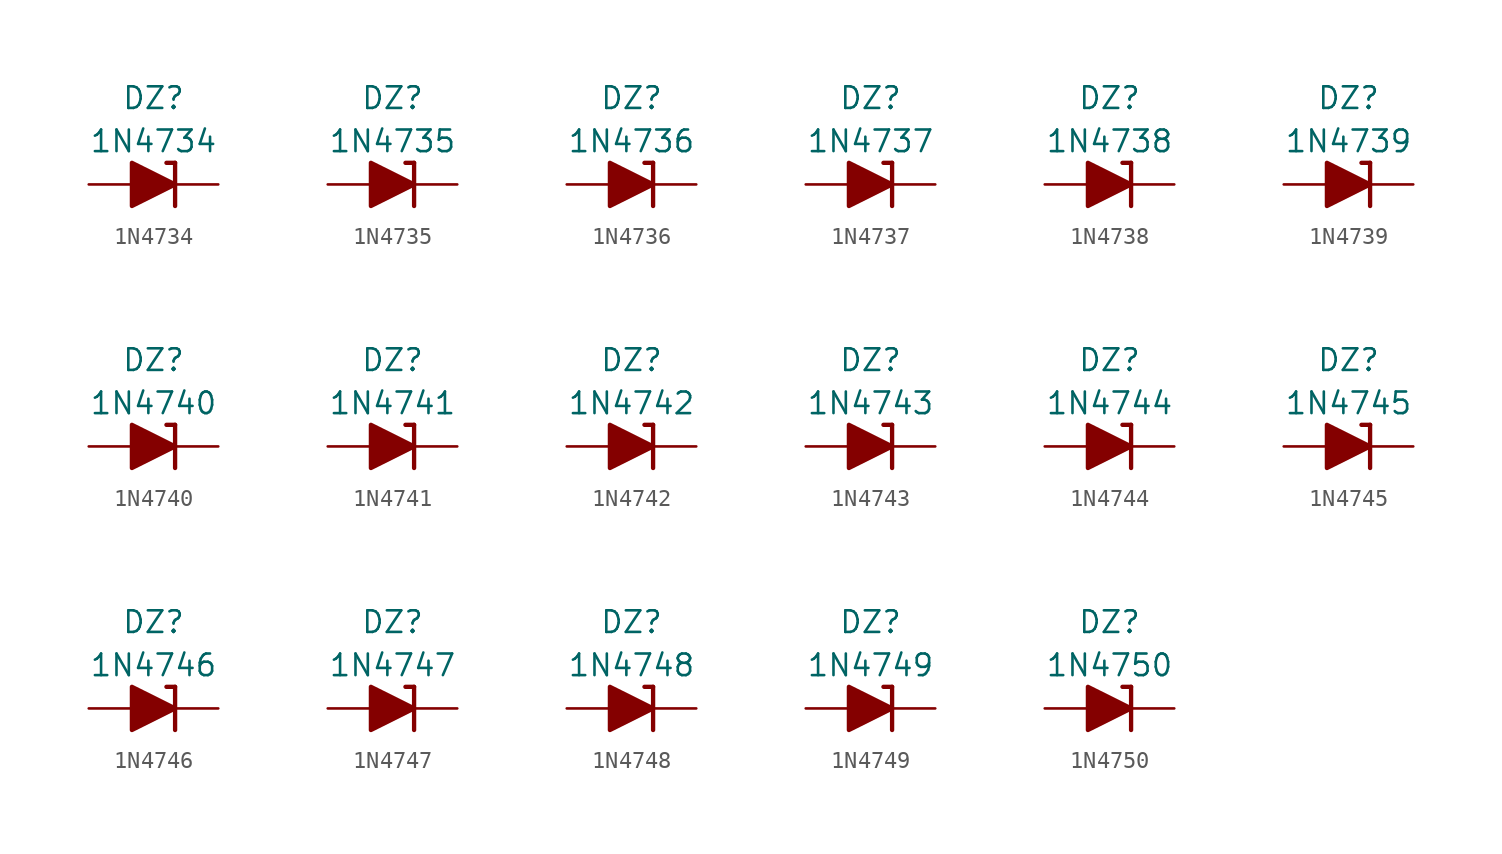
<source format=kicad_sym>
(kicad_symbol_lib
  (version 20211014)
  (generator kicad_symbol_editor)
  (symbol "1N4734"
    (pin_numbers hide)
    (pin_names
      (offset 1.016) hide)
    (property "Reference" "DZ"
      (at 0 5.08 0)
      (effects (font (size 1.27 1.27))))
    (property "Value" "1N4734"
      (at 0 2.54 0)
      (effects (font (size 1.27 1.27))))
    (symbol "1N4734_0_1"
      (polyline (pts (xy -1.27 0) (xy 1.27 0)) (stroke (width 0) (type default) (color 0 0 0 0)) (fill (type none)))
      (polyline (pts (xy 1.27 1.27) (xy 0.762 1.27)) (stroke (width 0.254) (type default) (color 0 0 0 0)) (fill (type none)))
      (polyline (pts (xy 1.27 1.27) (xy 1.27 -1.27)) (stroke (width 0.254) (type default) (color 0 0 0 0)) (fill (type none)))
      (polyline (pts (xy -1.27 -1.27) (xy -1.27 1.27) (xy 1.27 0) (xy -1.27 -1.27)) (stroke (width 0.254) (type default) (color 0 0 0 0)) (fill (type outline))))
    (symbol "1N4734_1_1"
      (pin passive line (at 3.81 0 180) (length 2.54) (name "K" (effects (font (size 1.27 1.27)))) (number "1" (effects (font (size 1.27 1.27)))))
      (pin passive line (at -3.81 0 0) (length 2.54) (name "A" (effects (font (size 1.27 1.27)))) (number "2" (effects (font (size 1.27 1.27)))))))
  (symbol "1N4735"
    (pin_numbers hide)
    (pin_names
      (offset 1.016) hide)
    (property "Reference" "DZ"
      (at 0 5.08 0)
      (effects (font (size 1.27 1.27))))
    (property "Value" "1N4735"
      (at 0 2.54 0)
      (effects (font (size 1.27 1.27))))
    (symbol "1N4735_0_1"
      (polyline (pts (xy -1.27 0) (xy 1.27 0)) (stroke (width 0) (type default) (color 0 0 0 0)) (fill (type none)))
      (polyline (pts (xy 1.27 1.27) (xy 0.762 1.27)) (stroke (width 0.254) (type default) (color 0 0 0 0)) (fill (type none)))
      (polyline (pts (xy 1.27 1.27) (xy 1.27 -1.27)) (stroke (width 0.254) (type default) (color 0 0 0 0)) (fill (type none)))
      (polyline (pts (xy -1.27 -1.27) (xy -1.27 1.27) (xy 1.27 0) (xy -1.27 -1.27)) (stroke (width 0.254) (type default) (color 0 0 0 0)) (fill (type outline))))
    (symbol "1N4735_1_1"
      (pin passive line (at 3.81 0 180) (length 2.54) (name "K" (effects (font (size 1.27 1.27)))) (number "1" (effects (font (size 1.27 1.27)))))
      (pin passive line (at -3.81 0 0) (length 2.54) (name "A" (effects (font (size 1.27 1.27)))) (number "2" (effects (font (size 1.27 1.27)))))))
  (symbol "1N4736"
    (pin_numbers hide)
    (pin_names
      (offset 1.016) hide)
    (property "Reference" "DZ"
      (at 0 5.08 0)
      (effects (font (size 1.27 1.27))))
    (property "Value" "1N4736"
      (at 0 2.54 0)
      (effects (font (size 1.27 1.27))))
    (symbol "1N4736_0_1"
      (polyline (pts (xy -1.27 0) (xy 1.27 0)) (stroke (width 0) (type default) (color 0 0 0 0)) (fill (type none)))
      (polyline (pts (xy 1.27 1.27) (xy 0.762 1.27)) (stroke (width 0.254) (type default) (color 0 0 0 0)) (fill (type none)))
      (polyline (pts (xy 1.27 1.27) (xy 1.27 -1.27)) (stroke (width 0.254) (type default) (color 0 0 0 0)) (fill (type none)))
      (polyline (pts (xy -1.27 -1.27) (xy -1.27 1.27) (xy 1.27 0) (xy -1.27 -1.27)) (stroke (width 0.254) (type default) (color 0 0 0 0)) (fill (type outline))))
    (symbol "1N4736_1_1"
      (pin passive line (at 3.81 0 180) (length 2.54) (name "K" (effects (font (size 1.27 1.27)))) (number "1" (effects (font (size 1.27 1.27)))))
      (pin passive line (at -3.81 0 0) (length 2.54) (name "A" (effects (font (size 1.27 1.27)))) (number "2" (effects (font (size 1.27 1.27)))))))
  (symbol "1N4737"
    (pin_numbers hide)
    (pin_names
      (offset 1.016) hide)
    (property "Reference" "DZ"
      (at 0 5.08 0)
      (effects (font (size 1.27 1.27))))
    (property "Value" "1N4737"
      (at 0 2.54 0)
      (effects (font (size 1.27 1.27))))
    (symbol "1N4737_0_1"
      (polyline (pts (xy -1.27 0) (xy 1.27 0)) (stroke (width 0) (type default) (color 0 0 0 0)) (fill (type none)))
      (polyline (pts (xy 1.27 1.27) (xy 0.762 1.27)) (stroke (width 0.254) (type default) (color 0 0 0 0)) (fill (type none)))
      (polyline (pts (xy 1.27 1.27) (xy 1.27 -1.27)) (stroke (width 0.254) (type default) (color 0 0 0 0)) (fill (type none)))
      (polyline (pts (xy -1.27 -1.27) (xy -1.27 1.27) (xy 1.27 0) (xy -1.27 -1.27)) (stroke (width 0.254) (type default) (color 0 0 0 0)) (fill (type outline))))
    (symbol "1N4737_1_1"
      (pin passive line (at 3.81 0 180) (length 2.54) (name "K" (effects (font (size 1.27 1.27)))) (number "1" (effects (font (size 1.27 1.27)))))
      (pin passive line (at -3.81 0 0) (length 2.54) (name "A" (effects (font (size 1.27 1.27)))) (number "2" (effects (font (size 1.27 1.27)))))))
  (symbol "1N4738"
    (pin_numbers hide)
    (pin_names
      (offset 1.016) hide)
    (property "Reference" "DZ"
      (at 0 5.08 0)
      (effects (font (size 1.27 1.27))))
    (property "Value" "1N4738"
      (at 0 2.54 0)
      (effects (font (size 1.27 1.27))))
    (symbol "1N4738_0_1"
      (polyline (pts (xy -1.27 0) (xy 1.27 0)) (stroke (width 0) (type default) (color 0 0 0 0)) (fill (type none)))
      (polyline (pts (xy 1.27 1.27) (xy 0.762 1.27)) (stroke (width 0.254) (type default) (color 0 0 0 0)) (fill (type none)))
      (polyline (pts (xy 1.27 1.27) (xy 1.27 -1.27)) (stroke (width 0.254) (type default) (color 0 0 0 0)) (fill (type none)))
      (polyline (pts (xy -1.27 -1.27) (xy -1.27 1.27) (xy 1.27 0) (xy -1.27 -1.27)) (stroke (width 0.254) (type default) (color 0 0 0 0)) (fill (type outline))))
    (symbol "1N4738_1_1"
      (pin passive line (at 3.81 0 180) (length 2.54) (name "K" (effects (font (size 1.27 1.27)))) (number "1" (effects (font (size 1.27 1.27)))))
      (pin passive line (at -3.81 0 0) (length 2.54) (name "A" (effects (font (size 1.27 1.27)))) (number "2" (effects (font (size 1.27 1.27)))))))
  (symbol "1N4739"
    (pin_numbers hide)
    (pin_names
      (offset 1.016) hide)
    (property "Reference" "DZ"
      (at 0 5.08 0)
      (effects (font (size 1.27 1.27))))
    (property "Value" "1N4739"
      (at 0 2.54 0)
      (effects (font (size 1.27 1.27))))
    (symbol "1N4739_0_1"
      (polyline (pts (xy -1.27 0) (xy 1.27 0)) (stroke (width 0) (type default) (color 0 0 0 0)) (fill (type none)))
      (polyline (pts (xy 1.27 1.27) (xy 0.762 1.27)) (stroke (width 0.254) (type default) (color 0 0 0 0)) (fill (type none)))
      (polyline (pts (xy 1.27 1.27) (xy 1.27 -1.27)) (stroke (width 0.254) (type default) (color 0 0 0 0)) (fill (type none)))
      (polyline (pts (xy -1.27 -1.27) (xy -1.27 1.27) (xy 1.27 0) (xy -1.27 -1.27)) (stroke (width 0.254) (type default) (color 0 0 0 0)) (fill (type outline))))
    (symbol "1N4739_1_1"
      (pin passive line (at 3.81 0 180) (length 2.54) (name "K" (effects (font (size 1.27 1.27)))) (number "1" (effects (font (size 1.27 1.27)))))
      (pin passive line (at -3.81 0 0) (length 2.54) (name "A" (effects (font (size 1.27 1.27)))) (number "2" (effects (font (size 1.27 1.27)))))))
  (symbol "1N4740"
    (pin_numbers hide)
    (pin_names
      (offset 1.016) hide)
    (property "Reference" "DZ"
      (at 0 5.08 0)
      (effects (font (size 1.27 1.27))))
    (property "Value" "1N4740"
      (at 0 2.54 0)
      (effects (font (size 1.27 1.27))))
    (symbol "1N4740_0_1"
      (polyline (pts (xy -1.27 0) (xy 1.27 0)) (stroke (width 0) (type default) (color 0 0 0 0)) (fill (type none)))
      (polyline (pts (xy 1.27 1.27) (xy 0.762 1.27)) (stroke (width 0.254) (type default) (color 0 0 0 0)) (fill (type none)))
      (polyline (pts (xy 1.27 1.27) (xy 1.27 -1.27)) (stroke (width 0.254) (type default) (color 0 0 0 0)) (fill (type none)))
      (polyline (pts (xy -1.27 -1.27) (xy -1.27 1.27) (xy 1.27 0) (xy -1.27 -1.27)) (stroke (width 0.254) (type default) (color 0 0 0 0)) (fill (type outline))))
    (symbol "1N4740_1_1"
      (pin passive line (at 3.81 0 180) (length 2.54) (name "K" (effects (font (size 1.27 1.27)))) (number "1" (effects (font (size 1.27 1.27)))))
      (pin passive line (at -3.81 0 0) (length 2.54) (name "A" (effects (font (size 1.27 1.27)))) (number "2" (effects (font (size 1.27 1.27)))))))
  (symbol "1N4741"
    (pin_numbers hide)
    (pin_names
      (offset 1.016) hide)
    (property "Reference" "DZ"
      (at 0 5.08 0)
      (effects (font (size 1.27 1.27))))
    (property "Value" "1N4741"
      (at 0 2.54 0)
      (effects (font (size 1.27 1.27))))
    (symbol "1N4741_0_1"
      (polyline (pts (xy -1.27 0) (xy 1.27 0)) (stroke (width 0) (type default) (color 0 0 0 0)) (fill (type none)))
      (polyline (pts (xy 1.27 1.27) (xy 0.762 1.27)) (stroke (width 0.254) (type default) (color 0 0 0 0)) (fill (type none)))
      (polyline (pts (xy 1.27 1.27) (xy 1.27 -1.27)) (stroke (width 0.254) (type default) (color 0 0 0 0)) (fill (type none)))
      (polyline (pts (xy -1.27 -1.27) (xy -1.27 1.27) (xy 1.27 0) (xy -1.27 -1.27)) (stroke (width 0.254) (type default) (color 0 0 0 0)) (fill (type outline))))
    (symbol "1N4741_1_1"
      (pin passive line (at 3.81 0 180) (length 2.54) (name "K" (effects (font (size 1.27 1.27)))) (number "1" (effects (font (size 1.27 1.27)))))
      (pin passive line (at -3.81 0 0) (length 2.54) (name "A" (effects (font (size 1.27 1.27)))) (number "2" (effects (font (size 1.27 1.27)))))))
  (symbol "1N4742"
    (pin_numbers hide)
    (pin_names
      (offset 1.016) hide)
    (property "Reference" "DZ"
      (at 0 5.08 0)
      (effects (font (size 1.27 1.27))))
    (property "Value" "1N4742"
      (at 0 2.54 0)
      (effects (font (size 1.27 1.27))))
    (symbol "1N4742_0_1"
      (polyline (pts (xy -1.27 0) (xy 1.27 0)) (stroke (width 0) (type default) (color 0 0 0 0)) (fill (type none)))
      (polyline (pts (xy 1.27 1.27) (xy 0.762 1.27)) (stroke (width 0.254) (type default) (color 0 0 0 0)) (fill (type none)))
      (polyline (pts (xy 1.27 1.27) (xy 1.27 -1.27)) (stroke (width 0.254) (type default) (color 0 0 0 0)) (fill (type none)))
      (polyline (pts (xy -1.27 -1.27) (xy -1.27 1.27) (xy 1.27 0) (xy -1.27 -1.27)) (stroke (width 0.254) (type default) (color 0 0 0 0)) (fill (type outline))))
    (symbol "1N4742_1_1"
      (pin passive line (at 3.81 0 180) (length 2.54) (name "K" (effects (font (size 1.27 1.27)))) (number "1" (effects (font (size 1.27 1.27)))))
      (pin passive line (at -3.81 0 0) (length 2.54) (name "A" (effects (font (size 1.27 1.27)))) (number "2" (effects (font (size 1.27 1.27)))))))
  (symbol "1N4743"
    (pin_numbers hide)
    (pin_names
      (offset 1.016) hide)
    (property "Reference" "DZ"
      (at 0 5.08 0)
      (effects (font (size 1.27 1.27))))
    (property "Value" "1N4743"
      (at 0 2.54 0)
      (effects (font (size 1.27 1.27))))
    (symbol "1N4743_0_1"
      (polyline (pts (xy -1.27 0) (xy 1.27 0)) (stroke (width 0) (type default) (color 0 0 0 0)) (fill (type none)))
      (polyline (pts (xy 1.27 1.27) (xy 0.762 1.27)) (stroke (width 0.254) (type default) (color 0 0 0 0)) (fill (type none)))
      (polyline (pts (xy 1.27 1.27) (xy 1.27 -1.27)) (stroke (width 0.254) (type default) (color 0 0 0 0)) (fill (type none)))
      (polyline (pts (xy -1.27 -1.27) (xy -1.27 1.27) (xy 1.27 0) (xy -1.27 -1.27)) (stroke (width 0.254) (type default) (color 0 0 0 0)) (fill (type outline))))
    (symbol "1N4743_1_1"
      (pin passive line (at 3.81 0 180) (length 2.54) (name "K" (effects (font (size 1.27 1.27)))) (number "1" (effects (font (size 1.27 1.27)))))
      (pin passive line (at -3.81 0 0) (length 2.54) (name "A" (effects (font (size 1.27 1.27)))) (number "2" (effects (font (size 1.27 1.27)))))))
  (symbol "1N4744"
    (pin_numbers hide)
    (pin_names
      (offset 1.016) hide)
    (property "Reference" "DZ"
      (at 0 5.08 0)
      (effects (font (size 1.27 1.27))))
    (property "Value" "1N4744"
      (at 0 2.54 0)
      (effects (font (size 1.27 1.27))))
    (symbol "1N4744_0_1"
      (polyline (pts (xy -1.27 0) (xy 1.27 0)) (stroke (width 0) (type default) (color 0 0 0 0)) (fill (type none)))
      (polyline (pts (xy 1.27 1.27) (xy 0.762 1.27)) (stroke (width 0.254) (type default) (color 0 0 0 0)) (fill (type none)))
      (polyline (pts (xy 1.27 1.27) (xy 1.27 -1.27)) (stroke (width 0.254) (type default) (color 0 0 0 0)) (fill (type none)))
      (polyline (pts (xy -1.27 -1.27) (xy -1.27 1.27) (xy 1.27 0) (xy -1.27 -1.27)) (stroke (width 0.254) (type default) (color 0 0 0 0)) (fill (type outline))))
    (symbol "1N4744_1_1"
      (pin passive line (at 3.81 0 180) (length 2.54) (name "K" (effects (font (size 1.27 1.27)))) (number "1" (effects (font (size 1.27 1.27)))))
      (pin passive line (at -3.81 0 0) (length 2.54) (name "A" (effects (font (size 1.27 1.27)))) (number "2" (effects (font (size 1.27 1.27)))))))
  (symbol "1N4745"
    (pin_numbers hide)
    (pin_names
      (offset 1.016) hide)
    (property "Reference" "DZ"
      (at 0 5.08 0)
      (effects (font (size 1.27 1.27))))
    (property "Value" "1N4745"
      (at 0 2.54 0)
      (effects (font (size 1.27 1.27))))
    (symbol "1N4745_0_1"
      (polyline (pts (xy -1.27 0) (xy 1.27 0)) (stroke (width 0) (type default) (color 0 0 0 0)) (fill (type none)))
      (polyline (pts (xy 1.27 1.27) (xy 0.762 1.27)) (stroke (width 0.254) (type default) (color 0 0 0 0)) (fill (type none)))
      (polyline (pts (xy 1.27 1.27) (xy 1.27 -1.27)) (stroke (width 0.254) (type default) (color 0 0 0 0)) (fill (type none)))
      (polyline (pts (xy -1.27 -1.27) (xy -1.27 1.27) (xy 1.27 0) (xy -1.27 -1.27)) (stroke (width 0.254) (type default) (color 0 0 0 0)) (fill (type outline))))
    (symbol "1N4745_1_1"
      (pin passive line (at 3.81 0 180) (length 2.54) (name "K" (effects (font (size 1.27 1.27)))) (number "1" (effects (font (size 1.27 1.27)))))
      (pin passive line (at -3.81 0 0) (length 2.54) (name "A" (effects (font (size 1.27 1.27)))) (number "2" (effects (font (size 1.27 1.27)))))))
  (symbol "1N4746"
    (pin_numbers hide)
    (pin_names
      (offset 1.016) hide)
    (property "Reference" "DZ"
      (at 0 5.08 0)
      (effects (font (size 1.27 1.27))))
    (property "Value" "1N4746"
      (at 0 2.54 0)
      (effects (font (size 1.27 1.27))))
    (symbol "1N4746_0_1"
      (polyline (pts (xy -1.27 0) (xy 1.27 0)) (stroke (width 0) (type default) (color 0 0 0 0)) (fill (type none)))
      (polyline (pts (xy 1.27 1.27) (xy 0.762 1.27)) (stroke (width 0.254) (type default) (color 0 0 0 0)) (fill (type none)))
      (polyline (pts (xy 1.27 1.27) (xy 1.27 -1.27)) (stroke (width 0.254) (type default) (color 0 0 0 0)) (fill (type none)))
      (polyline (pts (xy -1.27 -1.27) (xy -1.27 1.27) (xy 1.27 0) (xy -1.27 -1.27)) (stroke (width 0.254) (type default) (color 0 0 0 0)) (fill (type outline))))
    (symbol "1N4746_1_1"
      (pin passive line (at 3.81 0 180) (length 2.54) (name "K" (effects (font (size 1.27 1.27)))) (number "1" (effects (font (size 1.27 1.27)))))
      (pin passive line (at -3.81 0 0) (length 2.54) (name "A" (effects (font (size 1.27 1.27)))) (number "2" (effects (font (size 1.27 1.27)))))))
  (symbol "1N4747"
    (pin_numbers hide)
    (pin_names
      (offset 1.016) hide)
    (property "Reference" "DZ"
      (at 0 5.08 0)
      (effects (font (size 1.27 1.27))))
    (property "Value" "1N4747"
      (at 0 2.54 0)
      (effects (font (size 1.27 1.27))))
    (symbol "1N4747_0_1"
      (polyline (pts (xy -1.27 0) (xy 1.27 0)) (stroke (width 0) (type default) (color 0 0 0 0)) (fill (type none)))
      (polyline (pts (xy 1.27 1.27) (xy 0.762 1.27)) (stroke (width 0.254) (type default) (color 0 0 0 0)) (fill (type none)))
      (polyline (pts (xy 1.27 1.27) (xy 1.27 -1.27)) (stroke (width 0.254) (type default) (color 0 0 0 0)) (fill (type none)))
      (polyline (pts (xy -1.27 -1.27) (xy -1.27 1.27) (xy 1.27 0) (xy -1.27 -1.27)) (stroke (width 0.254) (type default) (color 0 0 0 0)) (fill (type outline))))
    (symbol "1N4747_1_1"
      (pin passive line (at 3.81 0 180) (length 2.54) (name "K" (effects (font (size 1.27 1.27)))) (number "1" (effects (font (size 1.27 1.27)))))
      (pin passive line (at -3.81 0 0) (length 2.54) (name "A" (effects (font (size 1.27 1.27)))) (number "2" (effects (font (size 1.27 1.27)))))))
  (symbol "1N4748"
    (pin_numbers hide)
    (pin_names
      (offset 1.016) hide)
    (property "Reference" "DZ"
      (at 0 5.08 0)
      (effects (font (size 1.27 1.27))))
    (property "Value" "1N4748"
      (at 0 2.54 0)
      (effects (font (size 1.27 1.27))))
    (symbol "1N4748_0_1"
      (polyline (pts (xy -1.27 0) (xy 1.27 0)) (stroke (width 0) (type default) (color 0 0 0 0)) (fill (type none)))
      (polyline (pts (xy 1.27 1.27) (xy 0.762 1.27)) (stroke (width 0.254) (type default) (color 0 0 0 0)) (fill (type none)))
      (polyline (pts (xy 1.27 1.27) (xy 1.27 -1.27)) (stroke (width 0.254) (type default) (color 0 0 0 0)) (fill (type none)))
      (polyline (pts (xy -1.27 -1.27) (xy -1.27 1.27) (xy 1.27 0) (xy -1.27 -1.27)) (stroke (width 0.254) (type default) (color 0 0 0 0)) (fill (type outline))))
    (symbol "1N4748_1_1"
      (pin passive line (at 3.81 0 180) (length 2.54) (name "K" (effects (font (size 1.27 1.27)))) (number "1" (effects (font (size 1.27 1.27)))))
      (pin passive line (at -3.81 0 0) (length 2.54) (name "A" (effects (font (size 1.27 1.27)))) (number "2" (effects (font (size 1.27 1.27)))))))
  (symbol "1N4749"
    (pin_numbers hide)
    (pin_names
      (offset 1.016) hide)
    (property "Reference" "DZ"
      (at 0 5.08 0)
      (effects (font (size 1.27 1.27))))
    (property "Value" "1N4749"
      (at 0 2.54 0)
      (effects (font (size 1.27 1.27))))
    (symbol "1N4749_0_1"
      (polyline (pts (xy -1.27 0) (xy 1.27 0)) (stroke (width 0) (type default) (color 0 0 0 0)) (fill (type none)))
      (polyline (pts (xy 1.27 1.27) (xy 0.762 1.27)) (stroke (width 0.254) (type default) (color 0 0 0 0)) (fill (type none)))
      (polyline (pts (xy 1.27 1.27) (xy 1.27 -1.27)) (stroke (width 0.254) (type default) (color 0 0 0 0)) (fill (type none)))
      (polyline (pts (xy -1.27 -1.27) (xy -1.27 1.27) (xy 1.27 0) (xy -1.27 -1.27)) (stroke (width 0.254) (type default) (color 0 0 0 0)) (fill (type outline))))
    (symbol "1N4749_1_1"
      (pin passive line (at 3.81 0 180) (length 2.54) (name "K" (effects (font (size 1.27 1.27)))) (number "1" (effects (font (size 1.27 1.27)))))
      (pin passive line (at -3.81 0 0) (length 2.54) (name "A" (effects (font (size 1.27 1.27)))) (number "2" (effects (font (size 1.27 1.27)))))))
  (symbol "1N4750"
    (pin_numbers hide)
    (pin_names
      (offset 1.016) hide)
    (property "Reference" "DZ"
      (at 0 5.08 0)
      (effects (font (size 1.27 1.27))))
    (property "Value" "1N4750"
      (at 0 2.54 0)
      (effects (font (size 1.27 1.27))))
    (symbol "1N4750_0_1"
      (polyline (pts (xy -1.27 0) (xy 1.27 0)) (stroke (width 0) (type default) (color 0 0 0 0)) (fill (type none)))
      (polyline (pts (xy 1.27 1.27) (xy 0.762 1.27)) (stroke (width 0.254) (type default) (color 0 0 0 0)) (fill (type none)))
      (polyline (pts (xy 1.27 1.27) (xy 1.27 -1.27)) (stroke (width 0.254) (type default) (color 0 0 0 0)) (fill (type none)))
      (polyline (pts (xy -1.27 -1.27) (xy -1.27 1.27) (xy 1.27 0) (xy -1.27 -1.27)) (stroke (width 0.254) (type default) (color 0 0 0 0)) (fill (type outline))))
    (symbol "1N4750_1_1"
      (pin passive line (at 3.81 0 180) (length 2.54) (name "K" (effects (font (size 1.27 1.27)))) (number "1" (effects (font (size 1.27 1.27)))))
      (pin passive line (at -3.81 0 0) (length 2.54) (name "A" (effects (font (size 1.27 1.27)))) (number "2" (effects (font (size 1.27 1.27))))))))
</source>
